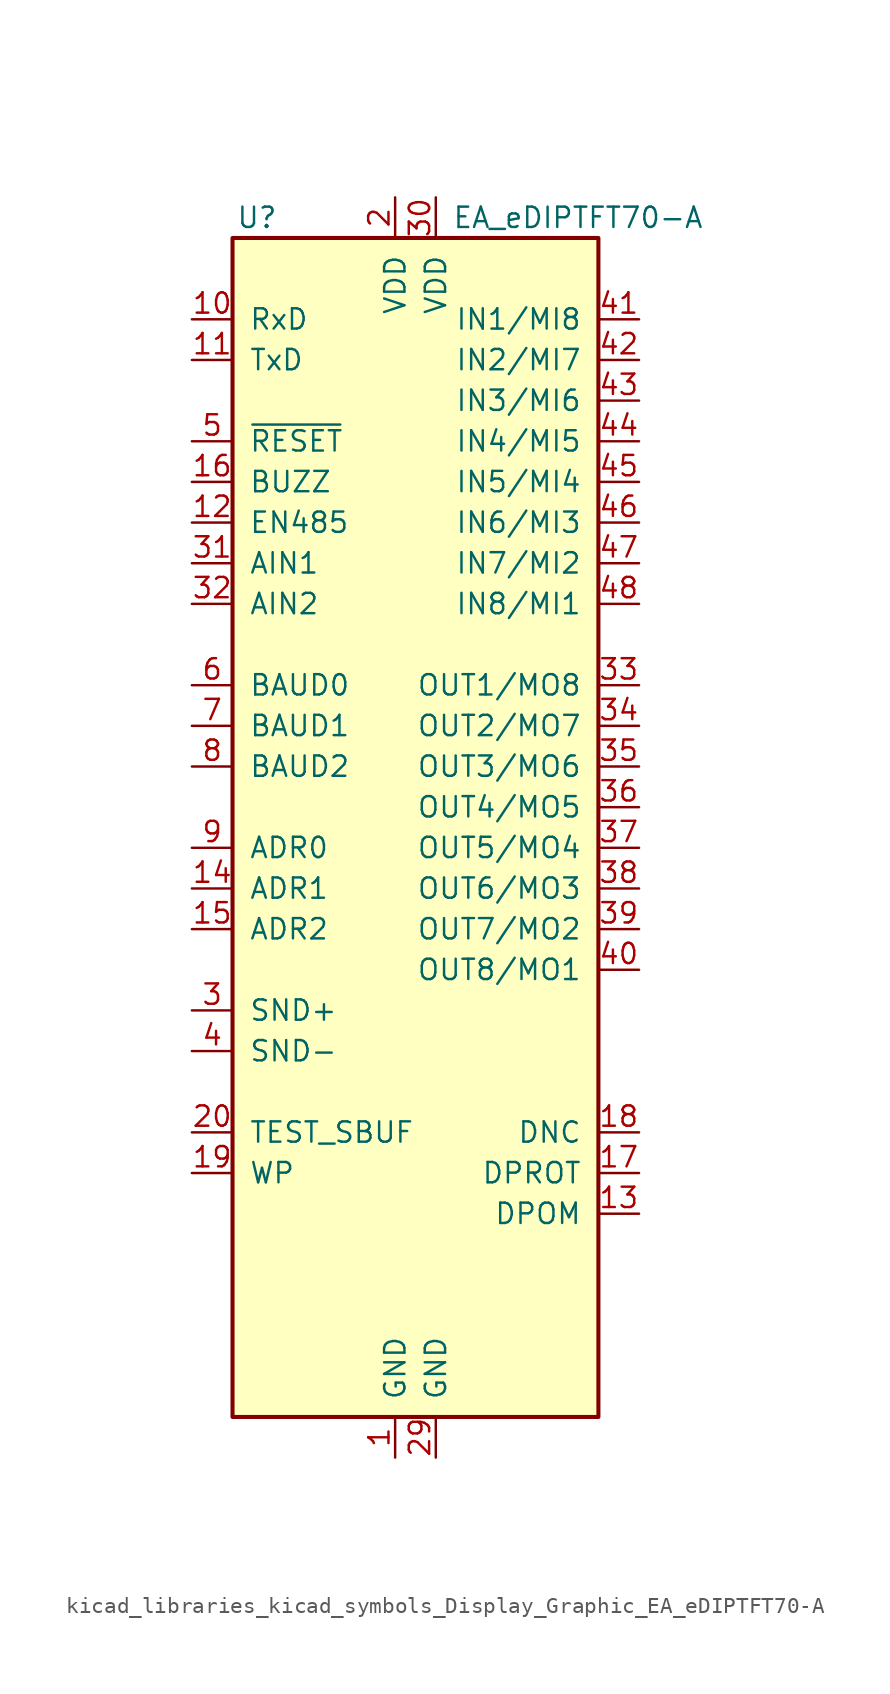
<source format=kicad_sym>
(kicad_symbol_lib
  (version 20220914)
  (generator kicad_symbol_editor)
  (symbol "kicad_libraries_kicad_symbols_Display_Graphic_EA_eDIPTFT70-A"
    (pin_names
      (offset 1.016))
    (property "Reference" "U"
      (at -8.636 36.83 0)
      (effects (font (size 1.27 1.27))))
    (property "Value" "EA_eDIPTFT70-A"
      (at 11.43 36.83 0)
      (effects (font (size 1.27 1.27))))
    (symbol "kicad_libraries_kicad_symbols_Display_Graphic_EA_eDIPTFT70-A_0_1"
      (rectangle (start -10.16 35.56) (end 12.7 -38.1) (stroke (width 0.254) (type default)) (fill (type background))))
    (symbol "kicad_libraries_kicad_symbols_Display_Graphic_EA_eDIPTFT70-A_1_1"
      (pin power_in line (at 0 -40.64 90) (length 2.54) (name "GND" (effects (font (size 1.27 1.27)))) (number "1" (effects (font (size 1.27 1.27)))))
      (pin input line (at -12.7 30.48 0) (length 2.54) (name "RxD" (effects (font (size 1.27 1.27)))) (number "10" (effects (font (size 1.27 1.27)))))
      (pin output line (at -12.7 27.94 0) (length 2.54) (name "TxD" (effects (font (size 1.27 1.27)))) (number "11" (effects (font (size 1.27 1.27)))))
      (pin output line (at -12.7 17.78 0) (length 2.54) (name "EN485" (effects (font (size 1.27 1.27)))) (number "12" (effects (font (size 1.27 1.27)))))
      (pin input line (at 15.24 -25.4 180) (length 2.54) (name "DPOM" (effects (font (size 1.27 1.27)))) (number "13" (effects (font (size 1.27 1.27)))))
      (pin input line (at -12.7 -5.08 0) (length 2.54) (name "ADR1" (effects (font (size 1.27 1.27)))) (number "14" (effects (font (size 1.27 1.27)))))
      (pin input line (at -12.7 -7.62 0) (length 2.54) (name "ADR2" (effects (font (size 1.27 1.27)))) (number "15" (effects (font (size 1.27 1.27)))))
      (pin output line (at -12.7 20.32 0) (length 2.54) (name "BUZZ" (effects (font (size 1.27 1.27)))) (number "16" (effects (font (size 1.27 1.27)))))
      (pin input line (at 15.24 -22.86 180) (length 2.54) (name "DPROT" (effects (font (size 1.27 1.27)))) (number "17" (effects (font (size 1.27 1.27)))))
      (pin output line (at 15.24 -20.32 180) (length 2.54) (name "DNC" (effects (font (size 1.27 1.27)))) (number "18" (effects (font (size 1.27 1.27)))))
      (pin input line (at -12.7 -22.86 0) (length 2.54) (name "WP" (effects (font (size 1.27 1.27)))) (number "19" (effects (font (size 1.27 1.27)))))
      (pin power_in line (at 0 38.1 270) (length 2.54) (name "VDD" (effects (font (size 1.27 1.27)))) (number "2" (effects (font (size 1.27 1.27)))))
      (pin bidirectional line (at -12.7 -20.32 0) (length 2.54) (name "TEST_SBUF" (effects (font (size 1.27 1.27)))) (number "20" (effects (font (size 1.27 1.27)))))
      (pin no_connect line (at -10.16 -27.94 0) (length 2.54) hide (name "NC" (effects (font (size 1.27 1.27)))) (number "21" (effects (font (size 1.27 1.27)))))
      (pin no_connect line (at -10.16 -30.48 0) (length 2.54) hide (name "NC" (effects (font (size 1.27 1.27)))) (number "22" (effects (font (size 1.27 1.27)))))
      (pin no_connect line (at -10.16 -33.02 0) (length 2.54) hide (name "NC" (effects (font (size 1.27 1.27)))) (number "23" (effects (font (size 1.27 1.27)))))
      (pin no_connect line (at -10.16 -35.56 0) (length 2.54) hide (name "NC" (effects (font (size 1.27 1.27)))) (number "24" (effects (font (size 1.27 1.27)))))
      (pin no_connect line (at 12.7 -35.56 180) (length 2.54) hide (name "NC" (effects (font (size 1.27 1.27)))) (number "25" (effects (font (size 1.27 1.27)))))
      (pin no_connect line (at 12.7 -33.02 180) (length 2.54) hide (name "NC" (effects (font (size 1.27 1.27)))) (number "26" (effects (font (size 1.27 1.27)))))
      (pin no_connect line (at 12.7 -30.48 180) (length 2.54) hide (name "NC" (effects (font (size 1.27 1.27)))) (number "27" (effects (font (size 1.27 1.27)))))
      (pin no_connect line (at 12.7 -27.94 180) (length 2.54) hide (name "NC" (effects (font (size 1.27 1.27)))) (number "28" (effects (font (size 1.27 1.27)))))
      (pin power_in line (at 2.54 -40.64 90) (length 2.54) (name "GND" (effects (font (size 1.27 1.27)))) (number "29" (effects (font (size 1.27 1.27)))))
      (pin output line (at -12.7 -12.7 0) (length 2.54) (name "SND+" (effects (font (size 1.27 1.27)))) (number "3" (effects (font (size 1.27 1.27)))))
      (pin power_in line (at 2.54 38.1 270) (length 2.54) (name "VDD" (effects (font (size 1.27 1.27)))) (number "30" (effects (font (size 1.27 1.27)))))
      (pin input line (at -12.7 15.24 0) (length 2.54) (name "AIN1" (effects (font (size 1.27 1.27)))) (number "31" (effects (font (size 1.27 1.27)))))
      (pin input line (at -12.7 12.7 0) (length 2.54) (name "AIN2" (effects (font (size 1.27 1.27)))) (number "32" (effects (font (size 1.27 1.27)))))
      (pin output line (at 15.24 7.62 180) (length 2.54) (name "OUT1/MO8" (effects (font (size 1.27 1.27)))) (number "33" (effects (font (size 1.27 1.27)))))
      (pin output line (at 15.24 5.08 180) (length 2.54) (name "OUT2/MO7" (effects (font (size 1.27 1.27)))) (number "34" (effects (font (size 1.27 1.27)))))
      (pin output line (at 15.24 2.54 180) (length 2.54) (name "OUT3/MO6" (effects (font (size 1.27 1.27)))) (number "35" (effects (font (size 1.27 1.27)))))
      (pin output line (at 15.24 0 180) (length 2.54) (name "OUT4/MO5" (effects (font (size 1.27 1.27)))) (number "36" (effects (font (size 1.27 1.27)))))
      (pin output line (at 15.24 -2.54 180) (length 2.54) (name "OUT5/MO4" (effects (font (size 1.27 1.27)))) (number "37" (effects (font (size 1.27 1.27)))))
      (pin output line (at 15.24 -5.08 180) (length 2.54) (name "OUT6/MO3" (effects (font (size 1.27 1.27)))) (number "38" (effects (font (size 1.27 1.27)))))
      (pin output line (at 15.24 -7.62 180) (length 2.54) (name "OUT7/MO2" (effects (font (size 1.27 1.27)))) (number "39" (effects (font (size 1.27 1.27)))))
      (pin input line (at -12.7 -15.24 0) (length 2.54) (name "SND-" (effects (font (size 1.27 1.27)))) (number "4" (effects (font (size 1.27 1.27)))))
      (pin output line (at 15.24 -10.16 180) (length 2.54) (name "OUT8/MO1" (effects (font (size 1.27 1.27)))) (number "40" (effects (font (size 1.27 1.27)))))
      (pin input line (at 15.24 30.48 180) (length 2.54) (name "IN1/MI8" (effects (font (size 1.27 1.27)))) (number "41" (effects (font (size 1.27 1.27)))))
      (pin input line (at 15.24 27.94 180) (length 2.54) (name "IN2/MI7" (effects (font (size 1.27 1.27)))) (number "42" (effects (font (size 1.27 1.27)))))
      (pin input line (at 15.24 25.4 180) (length 2.54) (name "IN3/MI6" (effects (font (size 1.27 1.27)))) (number "43" (effects (font (size 1.27 1.27)))))
      (pin input line (at 15.24 22.86 180) (length 2.54) (name "IN4/MI5" (effects (font (size 1.27 1.27)))) (number "44" (effects (font (size 1.27 1.27)))))
      (pin input line (at 15.24 20.32 180) (length 2.54) (name "IN5/MI4" (effects (font (size 1.27 1.27)))) (number "45" (effects (font (size 1.27 1.27)))))
      (pin input line (at 15.24 17.78 180) (length 2.54) (name "IN6/MI3" (effects (font (size 1.27 1.27)))) (number "46" (effects (font (size 1.27 1.27)))))
      (pin input line (at 15.24 15.24 180) (length 2.54) (name "IN7/MI2" (effects (font (size 1.27 1.27)))) (number "47" (effects (font (size 1.27 1.27)))))
      (pin input line (at 15.24 12.7 180) (length 2.54) (name "IN8/MI1" (effects (font (size 1.27 1.27)))) (number "48" (effects (font (size 1.27 1.27)))))
      (pin input line (at -12.7 22.86 0) (length 2.54) (name "~{RESET}" (effects (font (size 1.27 1.27)))) (number "5" (effects (font (size 1.27 1.27)))))
      (pin input line (at -12.7 7.62 0) (length 2.54) (name "BAUD0" (effects (font (size 1.27 1.27)))) (number "6" (effects (font (size 1.27 1.27)))))
      (pin input line (at -12.7 5.08 0) (length 2.54) (name "BAUD1" (effects (font (size 1.27 1.27)))) (number "7" (effects (font (size 1.27 1.27)))))
      (pin input line (at -12.7 2.54 0) (length 2.54) (name "BAUD2" (effects (font (size 1.27 1.27)))) (number "8" (effects (font (size 1.27 1.27)))))
      (pin input line (at -12.7 -2.54 0) (length 2.54) (name "ADR0" (effects (font (size 1.27 1.27)))) (number "9" (effects (font (size 1.27 1.27))))))))
</source>
